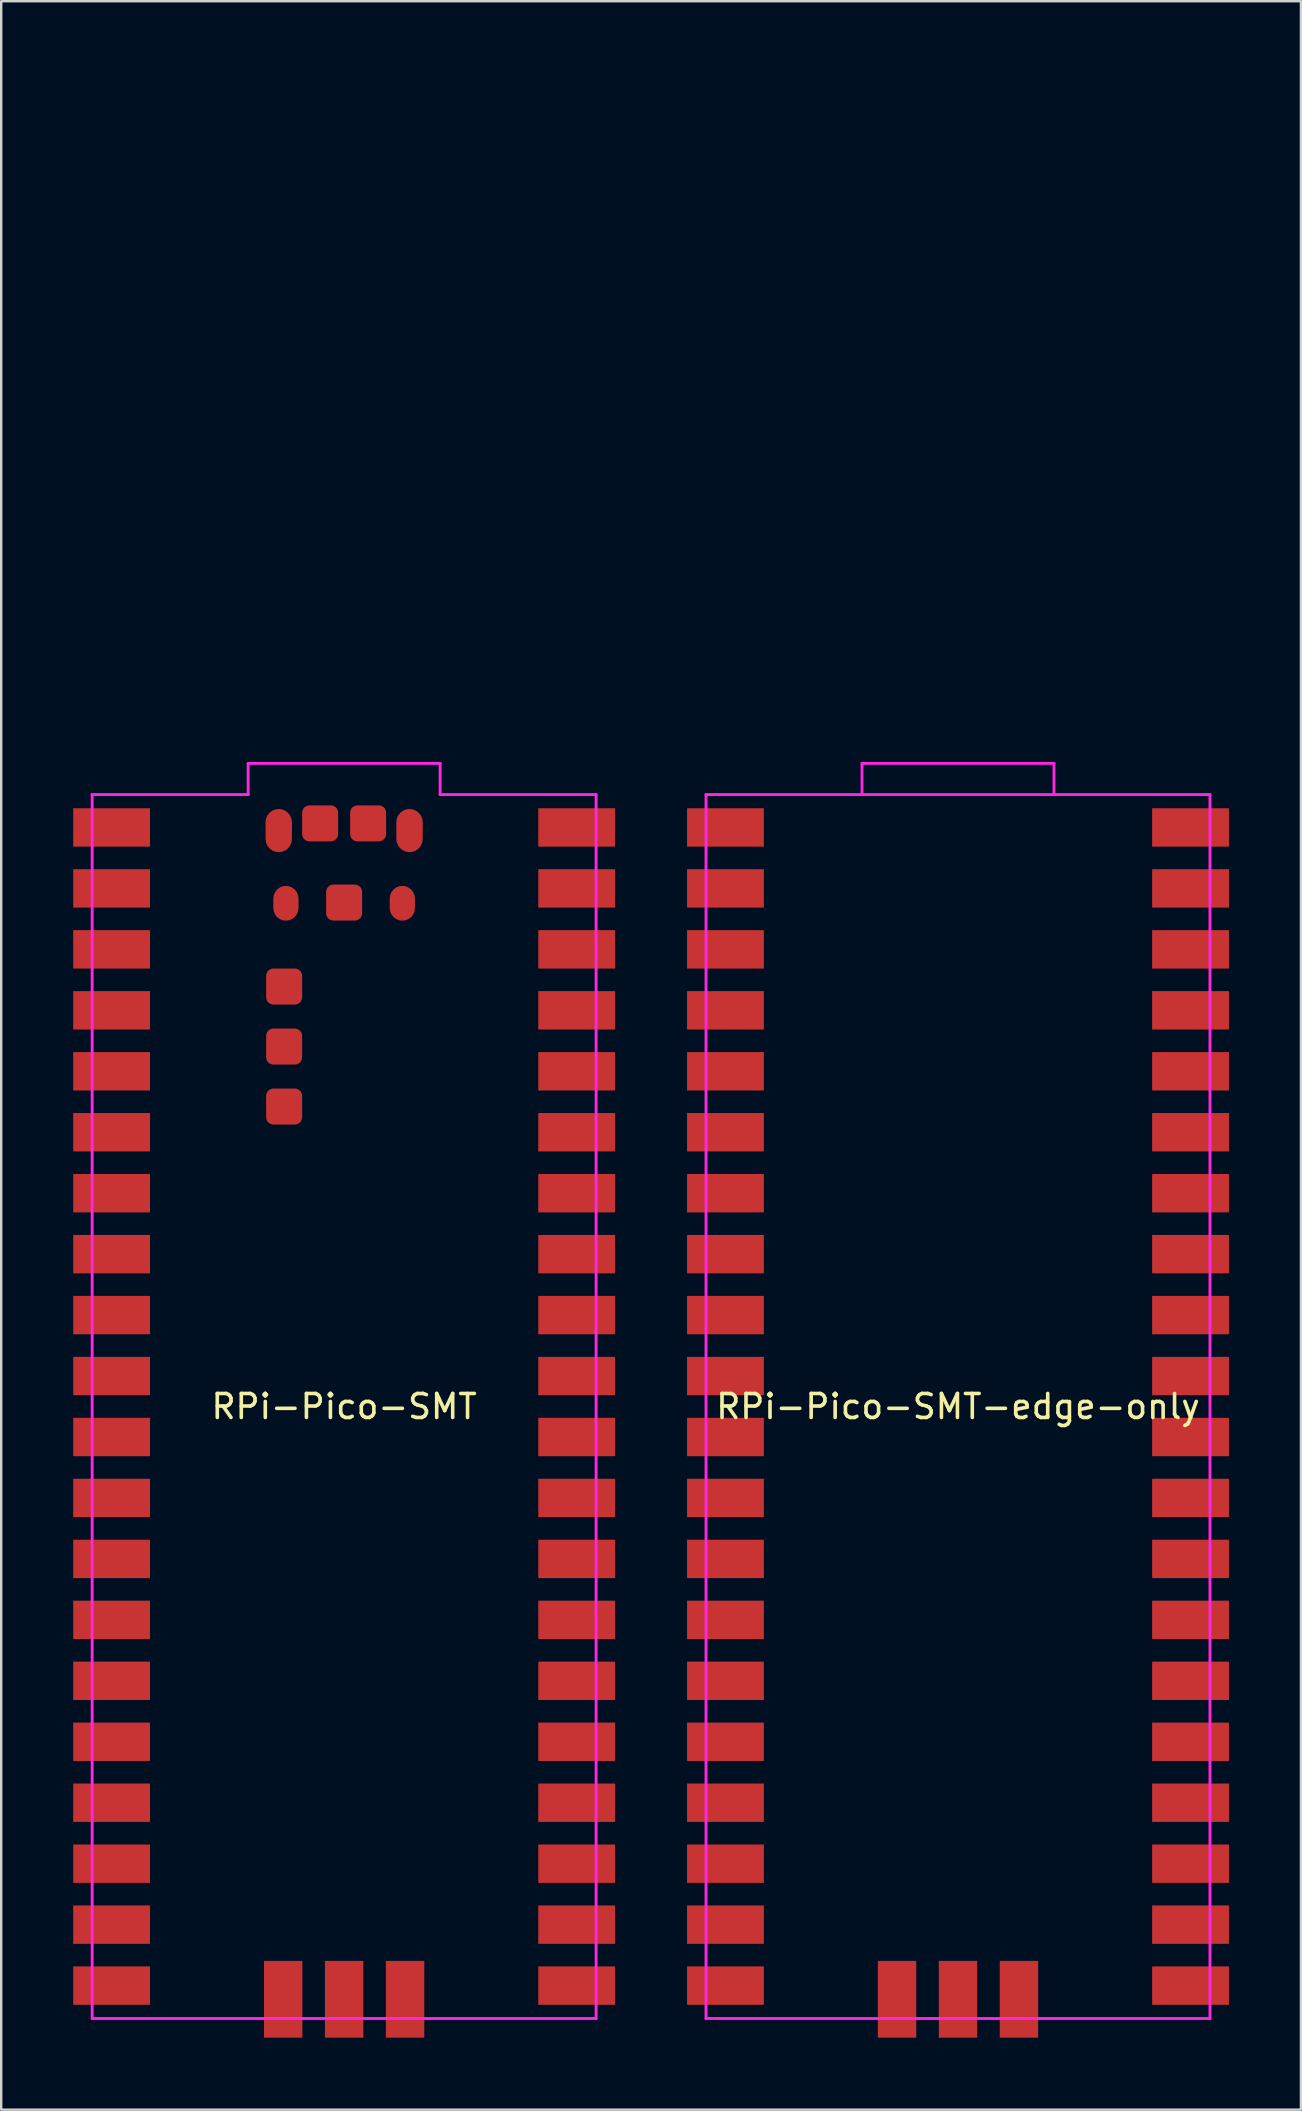
<source format=kicad_pcb>
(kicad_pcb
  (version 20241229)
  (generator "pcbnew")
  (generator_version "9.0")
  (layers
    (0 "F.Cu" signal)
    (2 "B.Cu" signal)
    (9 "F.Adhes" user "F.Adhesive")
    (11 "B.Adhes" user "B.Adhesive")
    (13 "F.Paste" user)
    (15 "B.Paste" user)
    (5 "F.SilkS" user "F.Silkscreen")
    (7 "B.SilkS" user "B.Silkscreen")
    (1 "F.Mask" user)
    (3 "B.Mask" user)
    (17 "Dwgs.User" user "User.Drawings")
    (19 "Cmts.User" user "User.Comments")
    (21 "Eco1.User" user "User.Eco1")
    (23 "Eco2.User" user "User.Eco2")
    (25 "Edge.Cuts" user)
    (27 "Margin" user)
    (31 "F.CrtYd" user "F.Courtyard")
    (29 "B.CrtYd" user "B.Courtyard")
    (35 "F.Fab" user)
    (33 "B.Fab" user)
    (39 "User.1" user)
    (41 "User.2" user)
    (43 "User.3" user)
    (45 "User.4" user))
  (footprint "RPi-Pico-SMT"
    (layer "F.Cu")
    (at 0.79 81.06)
    (property "Reference" "RPi-Pico-SMT" (at 10.5 -25.5 0) (layer "F.SilkS") (effects (font (size 1 1) (thickness 0.15))))
    (attr smd)
    (fp_line (start 3 -81) (end 18 -81) (stroke (width 0.12) (type solid)) (layer "Eco1.User"))
    (fp_line (start 3 -51) (end 3 -81) (stroke (width 0.12) (type solid)) (layer "Eco1.User"))
    (fp_line (start 18 -81) (end 18 -51) (stroke (width 0.12) (type solid)) (layer "Eco1.User"))
    (fp_line (start 0 -51) (end 0 0) (stroke (width 0.12) (type solid)) (layer "F.CrtYd"))
    (fp_line (start 0 0) (end 21 0) (stroke (width 0.12) (type solid)) (layer "F.CrtYd"))
    (fp_line (start 6.5 -52.3) (end 6.5 -51) (stroke (width 0.12) (type solid)) (layer "F.CrtYd"))
    (fp_line (start 6.5 -51) (end 0 -51) (stroke (width 0.12) (type solid)) (layer "F.CrtYd"))
    (fp_line (start 14.5 -52.3) (end 6.5 -52.3) (stroke (width 0.12) (type solid)) (layer "F.CrtYd"))
    (fp_line (start 14.5 -51) (end 14.5 -52.3) (stroke (width 0.12) (type solid)) (layer "F.CrtYd"))
    (fp_line (start 21 -51) (end 14.5 -51) (stroke (width 0.12) (type solid)) (layer "F.CrtYd"))
    (fp_line (start 21 0) (end 21 -51) (stroke (width 0.12) (type solid)) (layer "F.CrtYd"))
    (pad "1" smd rect (at 0.81 -49.63) (size 3.2 1.6) (layers "F.Cu" "F.Mask" "F.Paste"))
    (pad "2" smd rect (at 0.81 -47.09) (size 3.2 1.6) (layers "F.Cu" "F.Mask" "F.Paste"))
    (pad "3" smd rect (at 0.81 -44.55) (size 3.2 1.6) (layers "F.Cu" "F.Mask" "F.Paste"))
    (pad "4" smd rect (at 0.81 -42.01) (size 3.2 1.6) (layers "F.Cu" "F.Mask" "F.Paste"))
    (pad "5" smd rect (at 0.81 -39.47) (size 3.2 1.6) (layers "F.Cu" "F.Mask" "F.Paste"))
    (pad "6" smd rect (at 0.81 -36.93) (size 3.2 1.6) (layers "F.Cu" "F.Mask" "F.Paste"))
    (pad "7" smd rect (at 0.81 -34.39) (size 3.2 1.6) (layers "F.Cu" "F.Mask" "F.Paste"))
    (pad "8" smd rect (at 0.81 -31.85) (size 3.2 1.6) (layers "F.Cu" "F.Mask" "F.Paste"))
    (pad "9" smd rect (at 0.81 -29.31) (size 3.2 1.6) (layers "F.Cu" "F.Mask" "F.Paste"))
    (pad "10" smd rect (at 0.81 -26.77) (size 3.2 1.6) (layers "F.Cu" "F.Mask" "F.Paste"))
    (pad "11" smd rect (at 0.81 -24.23) (size 3.2 1.6) (layers "F.Cu" "F.Mask" "F.Paste"))
    (pad "12" smd rect (at 0.81 -21.69) (size 3.2 1.6) (layers "F.Cu" "F.Mask" "F.Paste"))
    (pad "13" smd rect (at 0.81 -19.15) (size 3.2 1.6) (layers "F.Cu" "F.Mask" "F.Paste"))
    (pad "14" smd rect (at 0.81 -16.61) (size 3.2 1.6) (layers "F.Cu" "F.Mask" "F.Paste"))
    (pad "15" smd rect (at 0.81 -14.07) (size 3.2 1.6) (layers "F.Cu" "F.Mask" "F.Paste"))
    (pad "16" smd rect (at 0.81 -11.53) (size 3.2 1.6) (layers "F.Cu" "F.Mask" "F.Paste"))
    (pad "17" smd rect (at 0.81 -8.99) (size 3.2 1.6) (layers "F.Cu" "F.Mask" "F.Paste"))
    (pad "18" smd rect (at 0.81 -6.45) (size 3.2 1.6) (layers "F.Cu" "F.Mask" "F.Paste"))
    (pad "19" smd rect (at 0.81 -3.91) (size 3.2 1.6) (layers "F.Cu" "F.Mask" "F.Paste"))
    (pad "20" smd rect (at 0.81 -1.37) (size 3.2 1.6) (layers "F.Cu" "F.Mask" "F.Paste"))
    (pad "21" smd rect (at 20.19 -1.37) (size 3.2 1.6) (layers "F.Cu" "F.Mask" "F.Paste"))
    (pad "22" smd rect (at 20.19 -3.91) (size 3.2 1.6) (layers "F.Cu" "F.Mask" "F.Paste"))
    (pad "23" smd rect (at 20.19 -6.45) (size 3.2 1.6) (layers "F.Cu" "F.Mask" "F.Paste"))
    (pad "24" smd rect (at 20.19 -8.99) (size 3.2 1.6) (layers "F.Cu" "F.Mask" "F.Paste"))
    (pad "25" smd rect (at 20.19 -11.53) (size 3.2 1.6) (layers "F.Cu" "F.Mask" "F.Paste"))
    (pad "26" smd rect (at 20.19 -14.07) (size 3.2 1.6) (layers "F.Cu" "F.Mask" "F.Paste"))
    (pad "27" smd rect (at 20.19 -16.61) (size 3.2 1.6) (layers "F.Cu" "F.Mask" "F.Paste"))
    (pad "28" smd rect (at 20.19 -19.15) (size 3.2 1.6) (layers "F.Cu" "F.Mask" "F.Paste"))
    (pad "29" smd rect (at 20.19 -21.69) (size 3.2 1.6) (layers "F.Cu" "F.Mask" "F.Paste"))
    (pad "30" smd rect (at 20.19 -24.23) (size 3.2 1.6) (layers "F.Cu" "F.Mask" "F.Paste"))
    (pad "31" smd rect (at 20.19 -26.77) (size 3.2 1.6) (layers "F.Cu" "F.Mask" "F.Paste"))
    (pad "32" smd rect (at 20.19 -29.31) (size 3.2 1.6) (layers "F.Cu" "F.Mask" "F.Paste"))
    (pad "33" smd rect (at 20.19 -31.85) (size 3.2 1.6) (layers "F.Cu" "F.Mask" "F.Paste"))
    (pad "34" smd rect (at 20.19 -34.39) (size 3.2 1.6) (layers "F.Cu" "F.Mask" "F.Paste"))
    (pad "35" smd rect (at 20.19 -36.93) (size 3.2 1.6) (layers "F.Cu" "F.Mask" "F.Paste"))
    (pad "36" smd rect (at 20.19 -39.47) (size 3.2 1.6) (layers "F.Cu" "F.Mask" "F.Paste"))
    (pad "37" smd rect (at 20.19 -42.01) (size 3.2 1.6) (layers "F.Cu" "F.Mask" "F.Paste"))
    (pad "38" smd rect (at 20.19 -44.55) (size 3.2 1.6) (layers "F.Cu" "F.Mask" "F.Paste"))
    (pad "39" smd rect (at 20.19 -47.09) (size 3.2 1.6) (layers "F.Cu" "F.Mask" "F.Paste"))
    (pad "40" smd rect (at 20.19 -49.63) (size 3.2 1.6) (layers "F.Cu" "F.Mask" "F.Paste"))
    (pad "A" smd roundrect (at 7.775 -49.5) (size 1.1 1.8) (layers "F.Cu" "F.Mask" "F.Paste") (roundrect_rratio 0.5))
    (pad "B" smd roundrect (at 13.225 -49.5) (size 1.1 1.8) (layers "F.Cu" "F.Mask" "F.Paste") (roundrect_rratio 0.5))
    (pad "C" smd roundrect (at 8.075 -46.47) (size 1.05 1.45) (layers "F.Cu" "F.Mask" "F.Paste") (roundrect_rratio 0.5))
    (pad "D" smd roundrect (at 12.925 -46.47) (size 1.05 1.45) (layers "F.Cu" "F.Mask" "F.Paste") (roundrect_rratio 0.5))
    (pad "D1" smd rect (at 7.96 -0.8) (size 1.6 3.2) (layers "F.Cu" "F.Mask" "F.Paste"))
    (pad "D2" smd rect (at 10.5 -0.8) (size 1.6 3.2) (layers "F.Cu" "F.Mask" "F.Paste"))
    (pad "D3" smd rect (at 13.04 -0.8) (size 1.6 3.2) (layers "F.Cu" "F.Mask" "F.Paste"))
    (pad "TP1" smd roundrect (at 10.5 -46.5) (size 1.5 1.5) (layers "F.Cu" "F.Mask" "F.Paste") (roundrect_rratio 0.2))
    (pad "TP2" smd roundrect (at 11.5 -49.8) (size 1.5 1.5) (layers "F.Cu" "F.Mask" "F.Paste") (roundrect_rratio 0.2))
    (pad "TP3" smd roundrect (at 9.5 -49.8) (size 1.5 1.5) (layers "F.Cu" "F.Mask" "F.Paste") (roundrect_rratio 0.2))
    (pad "TP4" smd roundrect (at 8 -43) (size 1.5 1.5) (layers "F.Cu" "F.Mask" "F.Paste") (roundrect_rratio 0.2))
    (pad "TP5" smd roundrect (at 8 -40.5) (size 1.5 1.5) (layers "F.Cu" "F.Mask" "F.Paste") (roundrect_rratio 0.2))
    (pad "TP6" smd roundrect (at 8 -38) (size 1.5 1.5) (layers "F.Cu" "F.Mask" "F.Paste") (roundrect_rratio 0.2)))
  (footprint "RPi-Pico-SMT-edge-only"
    (layer "F.Cu")
    (at 26.37 81.06)
    (property "Reference" "RPi-Pico-SMT-edge-only" (at 10.5 -25.5 0) (layer "F.SilkS") (effects (font (size 1 1) (thickness 0.15))))
    (attr smd)
    (fp_line (start 3 -81) (end 18 -81) (stroke (width 0.12) (type solid)) (layer "Eco1.User"))
    (fp_line (start 3 -51) (end 3 -81) (stroke (width 0.12) (type solid)) (layer "Eco1.User"))
    (fp_line (start 18 -81) (end 18 -51) (stroke (width 0.12) (type solid)) (layer "Eco1.User"))
    (fp_line (start 0 -51) (end 0 0) (stroke (width 0.12) (type solid)) (layer "F.CrtYd"))
    (fp_line (start 0 0) (end 21 0) (stroke (width 0.12) (type solid)) (layer "F.CrtYd"))
    (fp_line (start 6.5 -52.3) (end 14.5 -52.3) (stroke (width 0.12) (type solid)) (layer "F.CrtYd"))
    (fp_line (start 6.5 -51) (end 6.5 -52.3) (stroke (width 0.12) (type solid)) (layer "F.CrtYd"))
    (fp_line (start 14.5 -52.3) (end 14.5 -51) (stroke (width 0.12) (type solid)) (layer "F.CrtYd"))
    (fp_line (start 21 -51) (end 0 -51) (stroke (width 0.12) (type solid)) (layer "F.CrtYd"))
    (fp_line (start 21 0) (end 21 -51) (stroke (width 0.12) (type solid)) (layer "F.CrtYd"))
    (pad "1" smd rect (at 0.81 -49.63) (size 3.2 1.6) (layers "F.Cu" "F.Mask" "F.Paste"))
    (pad "2" smd rect (at 0.81 -47.09) (size 3.2 1.6) (layers "F.Cu" "F.Mask" "F.Paste"))
    (pad "3" smd rect (at 0.81 -44.55) (size 3.2 1.6) (layers "F.Cu" "F.Mask" "F.Paste"))
    (pad "4" smd rect (at 0.81 -42.01) (size 3.2 1.6) (layers "F.Cu" "F.Mask" "F.Paste"))
    (pad "5" smd rect (at 0.81 -39.47) (size 3.2 1.6) (layers "F.Cu" "F.Mask" "F.Paste"))
    (pad "6" smd rect (at 0.81 -36.93) (size 3.2 1.6) (layers "F.Cu" "F.Mask" "F.Paste"))
    (pad "7" smd rect (at 0.81 -34.39) (size 3.2 1.6) (layers "F.Cu" "F.Mask" "F.Paste"))
    (pad "8" smd rect (at 0.81 -31.85) (size 3.2 1.6) (layers "F.Cu" "F.Mask" "F.Paste"))
    (pad "9" smd rect (at 0.81 -29.31) (size 3.2 1.6) (layers "F.Cu" "F.Mask" "F.Paste"))
    (pad "10" smd rect (at 0.81 -26.77) (size 3.2 1.6) (layers "F.Cu" "F.Mask" "F.Paste"))
    (pad "11" smd rect (at 0.81 -24.23) (size 3.2 1.6) (layers "F.Cu" "F.Mask" "F.Paste"))
    (pad "12" smd rect (at 0.81 -21.69) (size 3.2 1.6) (layers "F.Cu" "F.Mask" "F.Paste"))
    (pad "13" smd rect (at 0.81 -19.15) (size 3.2 1.6) (layers "F.Cu" "F.Mask" "F.Paste"))
    (pad "14" smd rect (at 0.81 -16.61) (size 3.2 1.6) (layers "F.Cu" "F.Mask" "F.Paste"))
    (pad "15" smd rect (at 0.81 -14.07) (size 3.2 1.6) (layers "F.Cu" "F.Mask" "F.Paste"))
    (pad "16" smd rect (at 0.81 -11.53) (size 3.2 1.6) (layers "F.Cu" "F.Mask" "F.Paste"))
    (pad "17" smd rect (at 0.81 -8.99) (size 3.2 1.6) (layers "F.Cu" "F.Mask" "F.Paste"))
    (pad "18" smd rect (at 0.81 -6.45) (size 3.2 1.6) (layers "F.Cu" "F.Mask" "F.Paste"))
    (pad "19" smd rect (at 0.81 -3.91) (size 3.2 1.6) (layers "F.Cu" "F.Mask" "F.Paste"))
    (pad "20" smd rect (at 0.81 -1.37) (size 3.2 1.6) (layers "F.Cu" "F.Mask" "F.Paste"))
    (pad "21" smd rect (at 20.19 -1.37) (size 3.2 1.6) (layers "F.Cu" "F.Mask" "F.Paste"))
    (pad "22" smd rect (at 20.19 -3.91) (size 3.2 1.6) (layers "F.Cu" "F.Mask" "F.Paste"))
    (pad "23" smd rect (at 20.19 -6.45) (size 3.2 1.6) (layers "F.Cu" "F.Mask" "F.Paste"))
    (pad "24" smd rect (at 20.19 -8.99) (size 3.2 1.6) (layers "F.Cu" "F.Mask" "F.Paste"))
    (pad "25" smd rect (at 20.19 -11.53) (size 3.2 1.6) (layers "F.Cu" "F.Mask" "F.Paste"))
    (pad "26" smd rect (at 20.19 -14.07) (size 3.2 1.6) (layers "F.Cu" "F.Mask" "F.Paste"))
    (pad "27" smd rect (at 20.19 -16.61) (size 3.2 1.6) (layers "F.Cu" "F.Mask" "F.Paste"))
    (pad "28" smd rect (at 20.19 -19.15) (size 3.2 1.6) (layers "F.Cu" "F.Mask" "F.Paste"))
    (pad "29" smd rect (at 20.19 -21.69) (size 3.2 1.6) (layers "F.Cu" "F.Mask" "F.Paste"))
    (pad "30" smd rect (at 20.19 -24.23) (size 3.2 1.6) (layers "F.Cu" "F.Mask" "F.Paste"))
    (pad "31" smd rect (at 20.19 -26.77) (size 3.2 1.6) (layers "F.Cu" "F.Mask" "F.Paste"))
    (pad "32" smd rect (at 20.19 -29.31) (size 3.2 1.6) (layers "F.Cu" "F.Mask" "F.Paste"))
    (pad "33" smd rect (at 20.19 -31.85) (size 3.2 1.6) (layers "F.Cu" "F.Mask" "F.Paste"))
    (pad "34" smd rect (at 20.19 -34.39) (size 3.2 1.6) (layers "F.Cu" "F.Mask" "F.Paste"))
    (pad "35" smd rect (at 20.19 -36.93) (size 3.2 1.6) (layers "F.Cu" "F.Mask" "F.Paste"))
    (pad "36" smd rect (at 20.19 -39.47) (size 3.2 1.6) (layers "F.Cu" "F.Mask" "F.Paste"))
    (pad "37" smd rect (at 20.19 -42.01) (size 3.2 1.6) (layers "F.Cu" "F.Mask" "F.Paste"))
    (pad "38" smd rect (at 20.19 -44.55) (size 3.2 1.6) (layers "F.Cu" "F.Mask" "F.Paste"))
    (pad "39" smd rect (at 20.19 -47.09) (size 3.2 1.6) (layers "F.Cu" "F.Mask" "F.Paste"))
    (pad "40" smd rect (at 20.19 -49.63) (size 3.2 1.6) (layers "F.Cu" "F.Mask" "F.Paste"))
    (pad "D1" smd rect (at 7.96 -0.8) (size 1.6 3.2) (layers "F.Cu" "F.Mask" "F.Paste"))
    (pad "D2" smd rect (at 10.5 -0.8) (size 1.6 3.2) (layers "F.Cu" "F.Mask" "F.Paste"))
    (pad "D3" smd rect (at 13.04 -0.8) (size 1.6 3.2) (layers "F.Cu" "F.Mask" "F.Paste")))
  (gr_rect
    (start -3 -3)
    (end 51.16 84.86)
    (stroke (width 0.1) (type default))
    (fill no)
    (layer "Edge.Cuts")))
</source>
